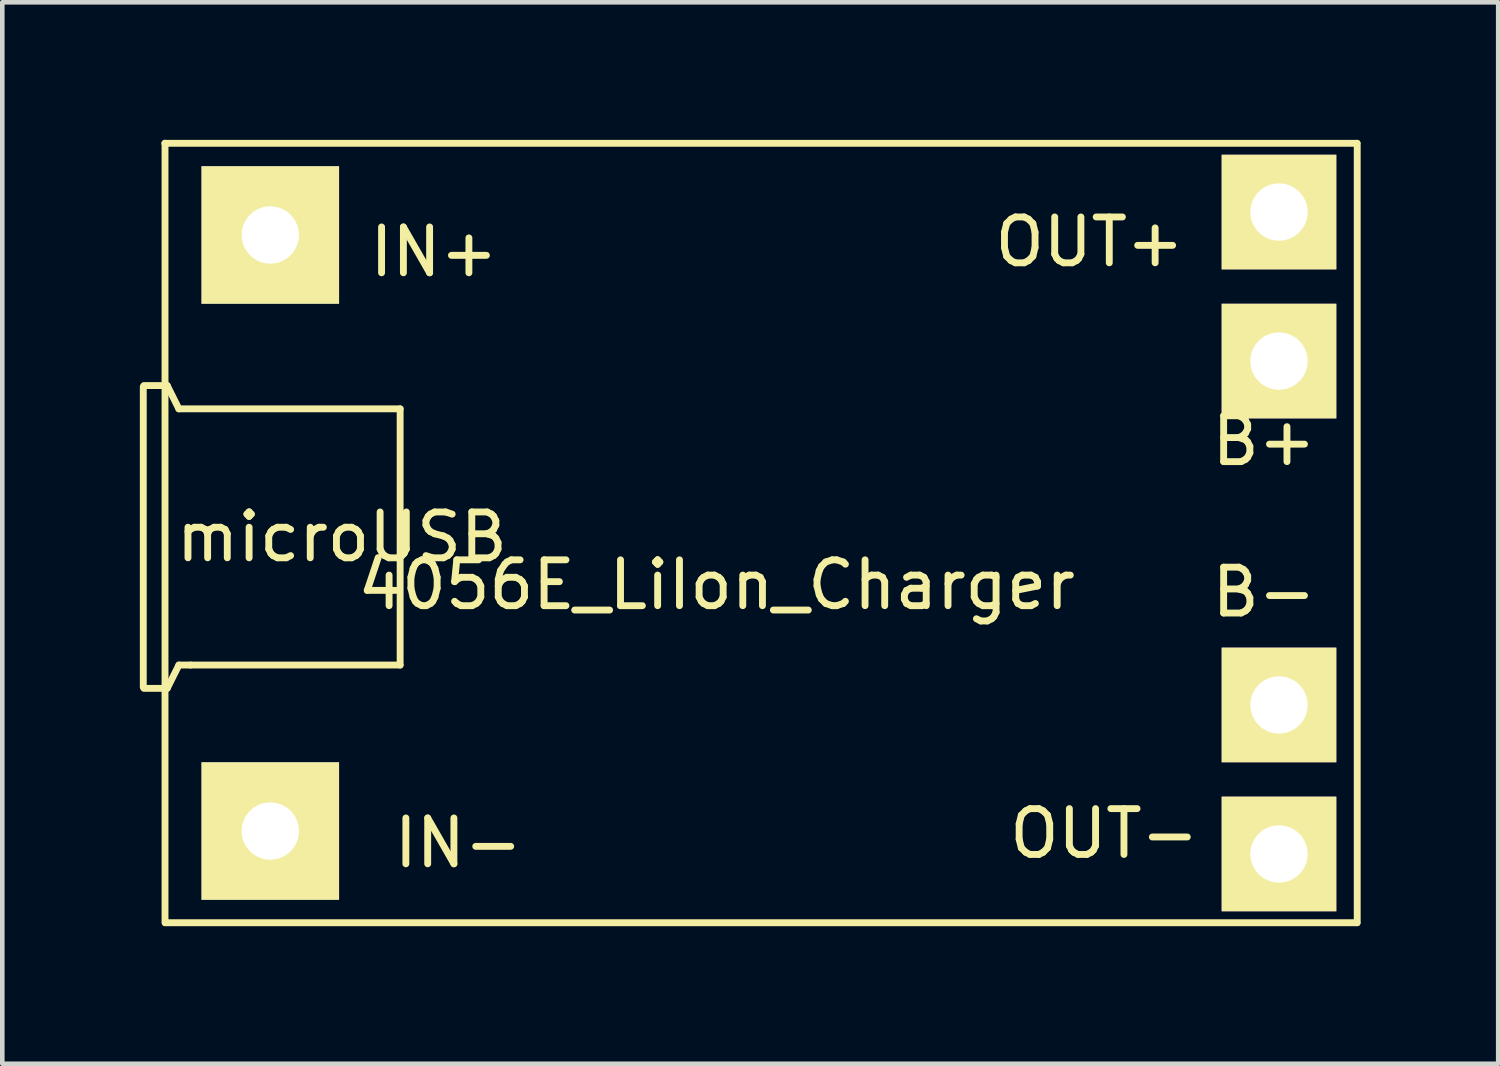
<source format=kicad_pcb>
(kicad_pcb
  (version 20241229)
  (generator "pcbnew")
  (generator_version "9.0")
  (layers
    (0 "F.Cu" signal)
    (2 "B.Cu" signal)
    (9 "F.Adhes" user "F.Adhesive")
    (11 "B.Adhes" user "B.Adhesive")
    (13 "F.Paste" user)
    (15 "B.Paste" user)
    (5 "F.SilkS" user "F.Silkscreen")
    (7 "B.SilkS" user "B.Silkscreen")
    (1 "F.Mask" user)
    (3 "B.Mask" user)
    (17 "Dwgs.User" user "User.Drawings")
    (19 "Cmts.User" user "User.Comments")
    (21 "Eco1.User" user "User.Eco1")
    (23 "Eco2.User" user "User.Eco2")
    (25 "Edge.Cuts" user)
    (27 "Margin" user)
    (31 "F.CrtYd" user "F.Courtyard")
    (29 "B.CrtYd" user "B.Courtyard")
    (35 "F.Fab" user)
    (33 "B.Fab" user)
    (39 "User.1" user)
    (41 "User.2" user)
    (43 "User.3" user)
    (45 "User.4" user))
  (footprint "4056E_LiIon_Charger"
    (layer "F.Cu")
    (at 13.845 8.575)
    (property "Reference" "4056E_LiIon_Charger" (at -1.266 1.13 0) (layer "F.SilkS") (effects (font (size 1 1) (thickness 0.15))))
    (attr through_hole)
    (fp_line (start -13.77 3.36) (end -13.77 -3.19) (stroke (width 0.15) (type solid)) (layer "F.SilkS"))
    (fp_line (start -13.756 -3.216) (end -13.248 -3.216) (stroke (width 0.15) (type solid)) (layer "F.SilkS"))
    (fp_line (start -13.756 3.388) (end -13.248 3.388) (stroke (width 0.15) (type solid)) (layer "F.SilkS"))
    (fp_line (start -13.3 -8.5) (end 12.7 -8.5) (stroke (width 0.15) (type solid)) (layer "F.SilkS"))
    (fp_line (start -13.296 8.5) (end -13.296 -8.5) (stroke (width 0.15) (type solid)) (layer "F.SilkS"))
    (fp_line (start -13.29 8.5) (end 12.7 8.5) (stroke (width 0.15) (type solid)) (layer "F.SilkS"))
    (fp_line (start -13.248 -3.216) (end -12.994 -2.708) (stroke (width 0.15) (type solid)) (layer "F.SilkS"))
    (fp_line (start -13.248 3.388) (end -12.994 2.88) (stroke (width 0.15) (type solid)) (layer "F.SilkS"))
    (fp_line (start -12.994 -2.708) (end -8.168 -2.708) (stroke (width 0.15) (type solid)) (layer "F.SilkS"))
    (fp_line (start -12.994 2.88) (end -12.74 2.88) (stroke (width 0.15) (type solid)) (layer "F.SilkS"))
    (fp_line (start -8.168 -2.708) (end -8.168 2.88) (stroke (width 0.15) (type solid)) (layer "F.SilkS"))
    (fp_line (start -8.168 2.88) (end -12.74 2.88) (stroke (width 0.15) (type solid)) (layer "F.SilkS"))
    (fp_line (start 12.706 -8.5) (end 12.706 8.5) (stroke (width 0.15) (type solid)) (layer "F.SilkS"))
    (fp_text user "IN+" (at -7.43 -6.13 0) (layer "F.SilkS") (effects (font (size 1 1) (thickness 0.15))))
    (fp_text user "microUSB" (at -9.438 0.086 180) (layer "F.SilkS") (effects (font (size 1 1) (thickness 0.15))))
    (fp_text user "OUT+" (at 6.87 -6.348 0) (layer "F.SilkS") (effects (font (size 1 1) (thickness 0.15))))
    (fp_text user "B-" (at 10.674 1.29 0) (layer "F.SilkS") (effects (font (size 1 1) (thickness 0.15))))
    (fp_text user "OUT-" (at 7.19 6.556 0) (layer "F.SilkS") (effects (font (size 1 1) (thickness 0.15))))
    (fp_text user "IN-" (at -6.9 6.76 0) (layer "F.SilkS") (effects (font (size 1 1) (thickness 0.15))))
    (fp_text user "B+" (at 10.674 -2.012 0) (layer "F.SilkS") (effects (font (size 1 1) (thickness 0.15))))
    (pad "1" thru_hole rect (at -11 -6.5) (size 3 3) (drill 1.25) (layers "*.Cu" "*.Mask" "F.SilkS"))
    (pad "2" thru_hole rect (at -11 6.5) (size 3 3) (drill 1.25) (layers "*.Cu" "*.Mask" "F.SilkS"))
    (pad "3" thru_hole rect (at 11 -3.75) (size 2.5 2.5) (drill 1.25) (layers "*.Cu" "*.Mask" "F.SilkS"))
    (pad "4" thru_hole rect (at 11 3.75) (size 2.5 2.5) (drill 1.25) (layers "*.Cu" "*.Mask" "F.SilkS"))
    (pad "5" thru_hole rect (at 11 -7) (size 2.5 2.5) (drill 1.25) (layers "*.Cu" "*.Mask" "F.SilkS"))
    (pad "6" thru_hole rect (at 11 7) (size 2.5 2.5) (drill 1.25) (layers "*.Cu" "*.Mask" "F.SilkS")))
  (gr_rect
    (start -3 -3)
    (end 29.626 20.15)
    (stroke (width 0.1) (type default))
    (fill no)
    (layer "Edge.Cuts")))
</source>
